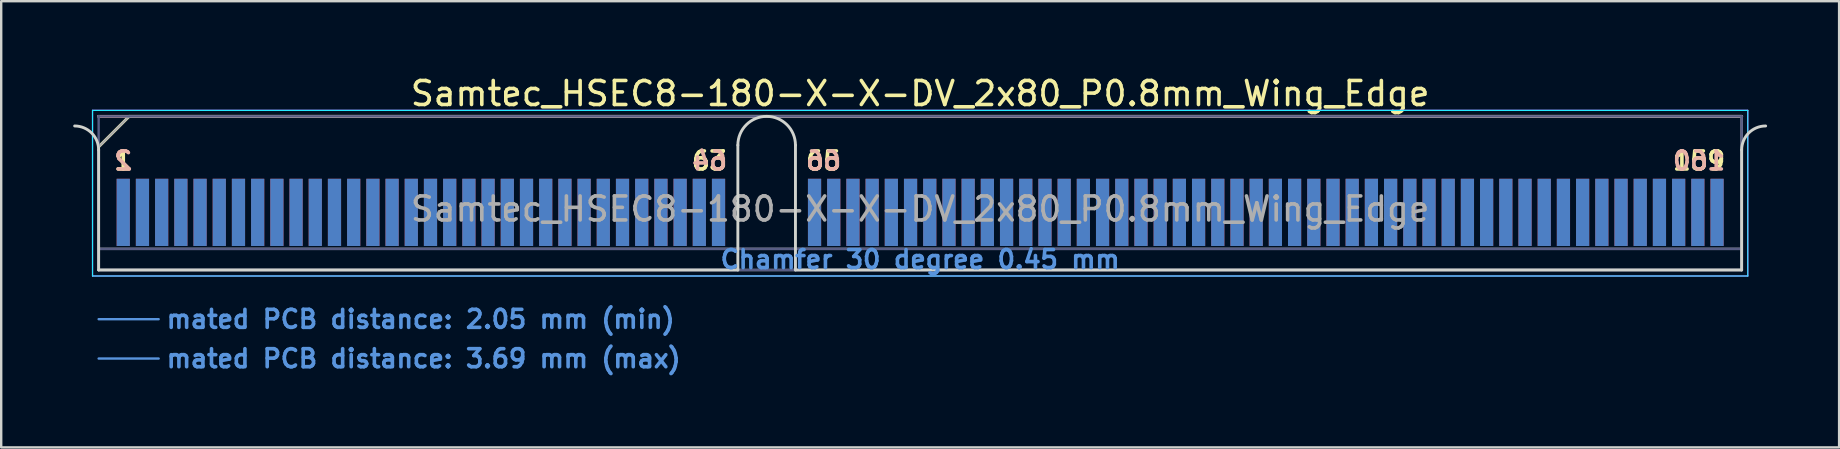
<source format=kicad_pcb>
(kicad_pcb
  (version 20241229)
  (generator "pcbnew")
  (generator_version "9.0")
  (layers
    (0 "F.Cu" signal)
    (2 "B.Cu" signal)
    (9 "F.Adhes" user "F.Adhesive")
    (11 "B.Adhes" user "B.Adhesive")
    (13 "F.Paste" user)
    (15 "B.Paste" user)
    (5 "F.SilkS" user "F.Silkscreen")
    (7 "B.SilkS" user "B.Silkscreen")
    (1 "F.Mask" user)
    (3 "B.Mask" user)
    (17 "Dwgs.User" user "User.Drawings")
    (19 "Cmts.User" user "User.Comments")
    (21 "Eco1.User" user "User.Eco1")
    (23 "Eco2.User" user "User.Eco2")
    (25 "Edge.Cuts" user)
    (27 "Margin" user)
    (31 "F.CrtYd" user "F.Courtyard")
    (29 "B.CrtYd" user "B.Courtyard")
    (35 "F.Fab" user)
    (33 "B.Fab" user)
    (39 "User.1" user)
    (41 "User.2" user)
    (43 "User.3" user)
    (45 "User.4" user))
  (footprint "Samtec_HSEC8-180-X-X-DV_2x80_P0.8mm_Wing_Edge"
    (layer "F.Cu")
    (at 35.285 8.198)
    (property "Reference" "Samtec_HSEC8-180-X-X-DV_2x80_P0.8mm_Wing_Edge" (at 0 -7.35 0) (layer "F.SilkS") (effects (font (size 1 1) (thickness 0.15))))
    (attr exclude_from_pos_files exclude_from_bom)
    (fp_line (start -34.225 -5.13) (end -32.955 -6.4) (stroke (width 0.12) (type solid)) (layer "F.SilkS"))
    (fp_line (start -32.955 -6.4) (end 34.225 -6.4) (stroke (width 0.12) (type solid)) (layer "F.SilkS"))
    (fp_line (start -34.225 -6.4) (end -34.225 -6.4) (stroke (width 0.12) (type solid)) (layer "B.SilkS"))
    (fp_line (start -34.225 -6.4) (end 34.225 -6.4) (stroke (width 0.12) (type solid)) (layer "B.SilkS"))
    (fp_line (start -34.225 2.05) (end -31.725 2.05) (stroke (width 0.1) (type solid)) (layer "Cmts.User"))
    (fp_line (start -34.225 3.69) (end -31.725 3.69) (stroke (width 0.1) (type solid)) (layer "Cmts.User"))
    (fp_line (start -34.225 -5) (end -34.225 0) (stroke (width 0.12) (type solid)) (layer "Edge.Cuts"))
    (fp_line (start -34.225 0) (end -7.595 0) (stroke (width 0.12) (type solid)) (layer "Edge.Cuts"))
    (fp_line (start -7.595 0) (end -7.595 -5.2) (stroke (width 0.12) (type solid)) (layer "Edge.Cuts"))
    (fp_line (start -5.195 -5.2) (end -5.195 0) (stroke (width 0.12) (type solid)) (layer "Edge.Cuts"))
    (fp_line (start -5.195 0) (end 34.225 0) (stroke (width 0.12) (type solid)) (layer "Edge.Cuts"))
    (fp_line (start 34.225 0) (end 34.225 -5) (stroke (width 0.12) (type solid)) (layer "Edge.Cuts"))
    (fp_arc (start -35.225 -6) (mid -34.517893 -5.707107) (end -34.225 -5) (stroke (width 0.12) (type solid)) (layer "Edge.Cuts"))
    (fp_arc (start -7.595 -5.2) (mid -6.395 -6.4) (end -5.195 -5.2) (stroke (width 0.12) (type solid)) (layer "Edge.Cuts"))
    (fp_arc (start 34.225 -5) (mid 34.517893 -5.707107) (end 35.225 -6) (stroke (width 0.12) (type solid)) (layer "Edge.Cuts"))
    (fp_line (start -34.48 -6.65) (end -34.48 0.25) (stroke (width 0.05) (type solid)) (layer "B.CrtYd"))
    (fp_line (start -34.48 0.25) (end 34.48 0.25) (stroke (width 0.05) (type solid)) (layer "B.CrtYd"))
    (fp_line (start 34.48 -6.65) (end -34.48 -6.65) (stroke (width 0.05) (type solid)) (layer "B.CrtYd"))
    (fp_line (start 34.48 0.25) (end 34.48 -6.65) (stroke (width 0.05) (type solid)) (layer "B.CrtYd"))
    (fp_line (start -34.48 -6.65) (end -34.48 0.25) (stroke (width 0.05) (type solid)) (layer "F.CrtYd"))
    (fp_line (start -34.48 0.25) (end 34.48 0.25) (stroke (width 0.05) (type solid)) (layer "F.CrtYd"))
    (fp_line (start 34.48 -6.65) (end -34.48 -6.65) (stroke (width 0.05) (type solid)) (layer "F.CrtYd"))
    (fp_line (start 34.48 0.25) (end 34.48 -6.65) (stroke (width 0.05) (type solid)) (layer "F.CrtYd"))
    (fp_line (start -34.225 -6.4) (end -34.225 -6.4) (stroke (width 0.1) (type solid)) (layer "B.Fab"))
    (fp_line (start -34.225 -6.4) (end -34.225 0) (stroke (width 0.1) (type solid)) (layer "B.Fab"))
    (fp_line (start -34.225 -6.4) (end 34.225 -6.4) (stroke (width 0.1) (type solid)) (layer "B.Fab"))
    (fp_line (start -34.225 -0.88) (end 34.225 -0.88) (stroke (width 0.1) (type solid)) (layer "B.Fab"))
    (fp_line (start -34.225 0) (end 34.225 0) (stroke (width 0.1) (type solid)) (layer "B.Fab"))
    (fp_line (start 34.225 -6.4) (end 34.225 0) (stroke (width 0.1) (type solid)) (layer "B.Fab"))
    (fp_line (start -34.225 -5.13) (end -34.225 0) (stroke (width 0.1) (type solid)) (layer "F.Fab"))
    (fp_line (start -34.225 -5.13) (end -32.955 -6.4) (stroke (width 0.1) (type solid)) (layer "F.Fab"))
    (fp_line (start -34.225 -0.88) (end 34.225 -0.88) (stroke (width 0.1) (type solid)) (layer "F.Fab"))
    (fp_line (start -34.225 0) (end 34.225 0) (stroke (width 0.1) (type solid)) (layer "F.Fab"))
    (fp_line (start -32.955 -6.4) (end 34.225 -6.4) (stroke (width 0.1) (type solid)) (layer "F.Fab"))
    (fp_line (start 34.225 -6.4) (end 34.225 0) (stroke (width 0.1) (type solid)) (layer "F.Fab"))
    (fp_text user "63" (at -8.775 -4.55 0) (layer "F.SilkS") (effects (font (size 0.75 0.75) (thickness 0.15))))
    (fp_text user "159" (at 32.45 -4.55 0) (layer "F.SilkS") (effects (font (size 0.75 0.75) (thickness 0.15))))
    (fp_text user "1" (at -33.2 -4.55 0) (layer "F.SilkS") (effects (font (size 0.75 0.75) (thickness 0.15))))
    (fp_text user "65" (at -4.025 -4.55 0) (layer "F.SilkS") (effects (font (size 0.75 0.75) (thickness 0.15))))
    (fp_text user "160" (at 32.45 -4.55 0) (layer "B.SilkS") (effects (font (size 0.75 0.75) (thickness 0.15)) (justify mirror)))
    (fp_text user "64" (at -8.775 -4.55 0) (layer "B.SilkS") (effects (font (size 0.75 0.75) (thickness 0.15)) (justify mirror)))
    (fp_text user "66" (at -4.025 -4.55 0) (layer "B.SilkS") (effects (font (size 0.75 0.75) (thickness 0.15)) (justify mirror)))
    (fp_text user "2" (at -33.2 -4.55 0) (layer "B.SilkS") (effects (font (size 0.75 0.75) (thickness 0.15)) (justify mirror)))
    (fp_text user "mated PCB distance: 3.69 mm (max)" (at -31.48 3.69 0) (layer "Cmts.User") (effects (font (size 0.75 0.75) (thickness 0.15)) (justify left)))
    (fp_text user "Chamfer 30 degree 0.45 mm" (at 0 -0.44 0) (layer "Cmts.User") (effects (font (size 0.75 0.75) (thickness 0.15))))
    (fp_text user "mated PCB distance: 2.05 mm (min)" (at -31.48 2.05 0) (layer "Cmts.User") (effects (font (size 0.75 0.75) (thickness 0.15)) (justify left)))
    (fp_text user "${REFERENCE}" (at 0 -2.54 0) (layer "F.Fab") (effects (font (size 1 1) (thickness 0.15))))
    (pad "1" connect rect (at -33.2 -2.4) (size 0.55 2.8) (layers "F.Cu" "F.Mask"))
    (pad "2" connect rect (at -33.2 -2.4) (size 0.55 2.8) (layers "B.Cu" "B.Mask"))
    (pad "3" connect rect (at -32.4 -2.4) (size 0.55 2.8) (layers "F.Cu" "F.Mask"))
    (pad "4" connect rect (at -32.4 -2.4) (size 0.55 2.8) (layers "B.Cu" "B.Mask"))
    (pad "5" connect rect (at -31.6 -2.4) (size 0.55 2.8) (layers "F.Cu" "F.Mask"))
    (pad "6" connect rect (at -31.6 -2.4) (size 0.55 2.8) (layers "B.Cu" "B.Mask"))
    (pad "7" connect rect (at -30.8 -2.4) (size 0.55 2.8) (layers "F.Cu" "F.Mask"))
    (pad "8" connect rect (at -30.8 -2.4) (size 0.55 2.8) (layers "B.Cu" "B.Mask"))
    (pad "9" connect rect (at -30 -2.4) (size 0.55 2.8) (layers "F.Cu" "F.Mask"))
    (pad "10" connect rect (at -30 -2.4) (size 0.55 2.8) (layers "B.Cu" "B.Mask"))
    (pad "11" connect rect (at -29.2 -2.4) (size 0.55 2.8) (layers "F.Cu" "F.Mask"))
    (pad "12" connect rect (at -29.2 -2.4) (size 0.55 2.8) (layers "B.Cu" "B.Mask"))
    (pad "13" connect rect (at -28.4 -2.4) (size 0.55 2.8) (layers "F.Cu" "F.Mask"))
    (pad "14" connect rect (at -28.4 -2.4) (size 0.55 2.8) (layers "B.Cu" "B.Mask"))
    (pad "15" connect rect (at -27.6 -2.4) (size 0.55 2.8) (layers "F.Cu" "F.Mask"))
    (pad "16" connect rect (at -27.6 -2.4) (size 0.55 2.8) (layers "B.Cu" "B.Mask"))
    (pad "17" connect rect (at -26.8 -2.4) (size 0.55 2.8) (layers "F.Cu" "F.Mask"))
    (pad "18" connect rect (at -26.8 -2.4) (size 0.55 2.8) (layers "B.Cu" "B.Mask"))
    (pad "19" connect rect (at -26 -2.4) (size 0.55 2.8) (layers "F.Cu" "F.Mask"))
    (pad "20" connect rect (at -26 -2.4) (size 0.55 2.8) (layers "B.Cu" "B.Mask"))
    (pad "21" connect rect (at -25.2 -2.4) (size 0.55 2.8) (layers "F.Cu" "F.Mask"))
    (pad "22" connect rect (at -25.2 -2.4) (size 0.55 2.8) (layers "B.Cu" "B.Mask"))
    (pad "23" connect rect (at -24.4 -2.4) (size 0.55 2.8) (layers "F.Cu" "F.Mask"))
    (pad "24" connect rect (at -24.4 -2.4) (size 0.55 2.8) (layers "B.Cu" "B.Mask"))
    (pad "25" connect rect (at -23.6 -2.4) (size 0.55 2.8) (layers "F.Cu" "F.Mask"))
    (pad "26" connect rect (at -23.6 -2.4) (size 0.55 2.8) (layers "B.Cu" "B.Mask"))
    (pad "27" connect rect (at -22.8 -2.4) (size 0.55 2.8) (layers "F.Cu" "F.Mask"))
    (pad "28" connect rect (at -22.8 -2.4) (size 0.55 2.8) (layers "B.Cu" "B.Mask"))
    (pad "29" connect rect (at -22 -2.4) (size 0.55 2.8) (layers "F.Cu" "F.Mask"))
    (pad "30" connect rect (at -22 -2.4) (size 0.55 2.8) (layers "B.Cu" "B.Mask"))
    (pad "31" connect rect (at -21.2 -2.4) (size 0.55 2.8) (layers "F.Cu" "F.Mask"))
    (pad "32" connect rect (at -21.2 -2.4) (size 0.55 2.8) (layers "B.Cu" "B.Mask"))
    (pad "33" connect rect (at -20.4 -2.4) (size 0.55 2.8) (layers "F.Cu" "F.Mask"))
    (pad "34" connect rect (at -20.4 -2.4) (size 0.55 2.8) (layers "B.Cu" "B.Mask"))
    (pad "35" connect rect (at -19.6 -2.4) (size 0.55 2.8) (layers "F.Cu" "F.Mask"))
    (pad "36" connect rect (at -19.6 -2.4) (size 0.55 2.8) (layers "B.Cu" "B.Mask"))
    (pad "37" connect rect (at -18.8 -2.4) (size 0.55 2.8) (layers "F.Cu" "F.Mask"))
    (pad "38" connect rect (at -18.8 -2.4) (size 0.55 2.8) (layers "B.Cu" "B.Mask"))
    (pad "39" connect rect (at -18 -2.4) (size 0.55 2.8) (layers "F.Cu" "F.Mask"))
    (pad "40" connect rect (at -18 -2.4) (size 0.55 2.8) (layers "B.Cu" "B.Mask"))
    (pad "41" connect rect (at -17.2 -2.4) (size 0.55 2.8) (layers "F.Cu" "F.Mask"))
    (pad "42" connect rect (at -17.2 -2.4) (size 0.55 2.8) (layers "B.Cu" "B.Mask"))
    (pad "43" connect rect (at -16.4 -2.4) (size 0.55 2.8) (layers "F.Cu" "F.Mask"))
    (pad "44" connect rect (at -16.4 -2.4) (size 0.55 2.8) (layers "B.Cu" "B.Mask"))
    (pad "45" connect rect (at -15.6 -2.4) (size 0.55 2.8) (layers "F.Cu" "F.Mask"))
    (pad "46" connect rect (at -15.6 -2.4) (size 0.55 2.8) (layers "B.Cu" "B.Mask"))
    (pad "47" connect rect (at -14.8 -2.4) (size 0.55 2.8) (layers "F.Cu" "F.Mask"))
    (pad "48" connect rect (at -14.8 -2.4) (size 0.55 2.8) (layers "B.Cu" "B.Mask"))
    (pad "49" connect rect (at -14 -2.4) (size 0.55 2.8) (layers "F.Cu" "F.Mask"))
    (pad "50" connect rect (at -14 -2.4) (size 0.55 2.8) (layers "B.Cu" "B.Mask"))
    (pad "51" connect rect (at -13.2 -2.4) (size 0.55 2.8) (layers "F.Cu" "F.Mask"))
    (pad "52" connect rect (at -13.2 -2.4) (size 0.55 2.8) (layers "B.Cu" "B.Mask"))
    (pad "53" connect rect (at -12.4 -2.4) (size 0.55 2.8) (layers "F.Cu" "F.Mask"))
    (pad "54" connect rect (at -12.4 -2.4) (size 0.55 2.8) (layers "B.Cu" "B.Mask"))
    (pad "55" connect rect (at -11.6 -2.4) (size 0.55 2.8) (layers "F.Cu" "F.Mask"))
    (pad "56" connect rect (at -11.6 -2.4) (size 0.55 2.8) (layers "B.Cu" "B.Mask"))
    (pad "57" connect rect (at -10.8 -2.4) (size 0.55 2.8) (layers "F.Cu" "F.Mask"))
    (pad "58" connect rect (at -10.8 -2.4) (size 0.55 2.8) (layers "B.Cu" "B.Mask"))
    (pad "59" connect rect (at -10 -2.4) (size 0.55 2.8) (layers "F.Cu" "F.Mask"))
    (pad "60" connect rect (at -10 -2.4) (size 0.55 2.8) (layers "B.Cu" "B.Mask"))
    (pad "61" connect rect (at -9.2 -2.4) (size 0.55 2.8) (layers "F.Cu" "F.Mask"))
    (pad "62" connect rect (at -9.2 -2.4) (size 0.55 2.8) (layers "B.Cu" "B.Mask"))
    (pad "63" connect rect (at -8.4 -2.4) (size 0.55 2.8) (layers "F.Cu" "F.Mask"))
    (pad "64" connect rect (at -8.4 -2.4) (size 0.55 2.8) (layers "B.Cu" "B.Mask"))
    (pad "65" connect rect (at -4.4 -2.4) (size 0.55 2.8) (layers "F.Cu" "F.Mask"))
    (pad "66" connect rect (at -4.4 -2.4) (size 0.55 2.8) (layers "B.Cu" "B.Mask"))
    (pad "67" connect rect (at -3.6 -2.4) (size 0.55 2.8) (layers "F.Cu" "F.Mask"))
    (pad "68" connect rect (at -3.6 -2.4) (size 0.55 2.8) (layers "B.Cu" "B.Mask"))
    (pad "69" connect rect (at -2.8 -2.4) (size 0.55 2.8) (layers "F.Cu" "F.Mask"))
    (pad "70" connect rect (at -2.8 -2.4) (size 0.55 2.8) (layers "B.Cu" "B.Mask"))
    (pad "71" connect rect (at -2 -2.4) (size 0.55 2.8) (layers "F.Cu" "F.Mask"))
    (pad "72" connect rect (at -2 -2.4) (size 0.55 2.8) (layers "B.Cu" "B.Mask"))
    (pad "73" connect rect (at -1.2 -2.4) (size 0.55 2.8) (layers "F.Cu" "F.Mask"))
    (pad "74" connect rect (at -1.2 -2.4) (size 0.55 2.8) (layers "B.Cu" "B.Mask"))
    (pad "75" connect rect (at -0.4 -2.4) (size 0.55 2.8) (layers "F.Cu" "F.Mask"))
    (pad "76" connect rect (at -0.4 -2.4) (size 0.55 2.8) (layers "B.Cu" "B.Mask"))
    (pad "77" connect rect (at 0.4 -2.4) (size 0.55 2.8) (layers "F.Cu" "F.Mask"))
    (pad "78" connect rect (at 0.4 -2.4) (size 0.55 2.8) (layers "B.Cu" "B.Mask"))
    (pad "79" connect rect (at 1.2 -2.4) (size 0.55 2.8) (layers "F.Cu" "F.Mask"))
    (pad "80" connect rect (at 1.2 -2.4) (size 0.55 2.8) (layers "B.Cu" "B.Mask"))
    (pad "81" connect rect (at 2 -2.4) (size 0.55 2.8) (layers "F.Cu" "F.Mask"))
    (pad "82" connect rect (at 2 -2.4) (size 0.55 2.8) (layers "B.Cu" "B.Mask"))
    (pad "83" connect rect (at 2.8 -2.4) (size 0.55 2.8) (layers "F.Cu" "F.Mask"))
    (pad "84" connect rect (at 2.8 -2.4) (size 0.55 2.8) (layers "B.Cu" "B.Mask"))
    (pad "85" connect rect (at 3.6 -2.4) (size 0.55 2.8) (layers "F.Cu" "F.Mask"))
    (pad "86" connect rect (at 3.6 -2.4) (size 0.55 2.8) (layers "B.Cu" "B.Mask"))
    (pad "87" connect rect (at 4.4 -2.4) (size 0.55 2.8) (layers "F.Cu" "F.Mask"))
    (pad "88" connect rect (at 4.4 -2.4) (size 0.55 2.8) (layers "B.Cu" "B.Mask"))
    (pad "89" connect rect (at 5.2 -2.4) (size 0.55 2.8) (layers "F.Cu" "F.Mask"))
    (pad "90" connect rect (at 5.2 -2.4) (size 0.55 2.8) (layers "B.Cu" "B.Mask"))
    (pad "91" connect rect (at 6 -2.4) (size 0.55 2.8) (layers "F.Cu" "F.Mask"))
    (pad "92" connect rect (at 6 -2.4) (size 0.55 2.8) (layers "B.Cu" "B.Mask"))
    (pad "93" connect rect (at 6.8 -2.4) (size 0.55 2.8) (layers "F.Cu" "F.Mask"))
    (pad "94" connect rect (at 6.8 -2.4) (size 0.55 2.8) (layers "B.Cu" "B.Mask"))
    (pad "95" connect rect (at 7.6 -2.4) (size 0.55 2.8) (layers "F.Cu" "F.Mask"))
    (pad "96" connect rect (at 7.6 -2.4) (size 0.55 2.8) (layers "B.Cu" "B.Mask"))
    (pad "97" connect rect (at 8.4 -2.4) (size 0.55 2.8) (layers "F.Cu" "F.Mask"))
    (pad "98" connect rect (at 8.4 -2.4) (size 0.55 2.8) (layers "B.Cu" "B.Mask"))
    (pad "99" connect rect (at 9.2 -2.4) (size 0.55 2.8) (layers "F.Cu" "F.Mask"))
    (pad "100" connect rect (at 9.2 -2.4) (size 0.55 2.8) (layers "B.Cu" "B.Mask"))
    (pad "101" connect rect (at 10 -2.4) (size 0.55 2.8) (layers "F.Cu" "F.Mask"))
    (pad "102" connect rect (at 10 -2.4) (size 0.55 2.8) (layers "B.Cu" "B.Mask"))
    (pad "103" connect rect (at 10.8 -2.4) (size 0.55 2.8) (layers "F.Cu" "F.Mask"))
    (pad "104" connect rect (at 10.8 -2.4) (size 0.55 2.8) (layers "B.Cu" "B.Mask"))
    (pad "105" connect rect (at 11.6 -2.4) (size 0.55 2.8) (layers "F.Cu" "F.Mask"))
    (pad "106" connect rect (at 11.6 -2.4) (size 0.55 2.8) (layers "B.Cu" "B.Mask"))
    (pad "107" connect rect (at 12.4 -2.4) (size 0.55 2.8) (layers "F.Cu" "F.Mask"))
    (pad "108" connect rect (at 12.4 -2.4) (size 0.55 2.8) (layers "B.Cu" "B.Mask"))
    (pad "109" connect rect (at 13.2 -2.4) (size 0.55 2.8) (layers "F.Cu" "F.Mask"))
    (pad "110" connect rect (at 13.2 -2.4) (size 0.55 2.8) (layers "B.Cu" "B.Mask"))
    (pad "111" connect rect (at 14 -2.4) (size 0.55 2.8) (layers "F.Cu" "F.Mask"))
    (pad "112" connect rect (at 14 -2.4) (size 0.55 2.8) (layers "B.Cu" "B.Mask"))
    (pad "113" connect rect (at 14.8 -2.4) (size 0.55 2.8) (layers "F.Cu" "F.Mask"))
    (pad "114" connect rect (at 14.8 -2.4) (size 0.55 2.8) (layers "B.Cu" "B.Mask"))
    (pad "115" connect rect (at 15.6 -2.4) (size 0.55 2.8) (layers "F.Cu" "F.Mask"))
    (pad "116" connect rect (at 15.6 -2.4) (size 0.55 2.8) (layers "B.Cu" "B.Mask"))
    (pad "117" connect rect (at 16.4 -2.4) (size 0.55 2.8) (layers "F.Cu" "F.Mask"))
    (pad "118" connect rect (at 16.4 -2.4) (size 0.55 2.8) (layers "B.Cu" "B.Mask"))
    (pad "119" connect rect (at 17.2 -2.4) (size 0.55 2.8) (layers "F.Cu" "F.Mask"))
    (pad "120" connect rect (at 17.2 -2.4) (size 0.55 2.8) (layers "B.Cu" "B.Mask"))
    (pad "121" connect rect (at 18 -2.4) (size 0.55 2.8) (layers "F.Cu" "F.Mask"))
    (pad "122" connect rect (at 18 -2.4) (size 0.55 2.8) (layers "B.Cu" "B.Mask"))
    (pad "123" connect rect (at 18.8 -2.4) (size 0.55 2.8) (layers "F.Cu" "F.Mask"))
    (pad "124" connect rect (at 18.8 -2.4) (size 0.55 2.8) (layers "B.Cu" "B.Mask"))
    (pad "125" connect rect (at 19.6 -2.4) (size 0.55 2.8) (layers "F.Cu" "F.Mask"))
    (pad "126" connect rect (at 19.6 -2.4) (size 0.55 2.8) (layers "B.Cu" "B.Mask"))
    (pad "127" connect rect (at 20.4 -2.4) (size 0.55 2.8) (layers "F.Cu" "F.Mask"))
    (pad "128" connect rect (at 20.4 -2.4) (size 0.55 2.8) (layers "B.Cu" "B.Mask"))
    (pad "129" connect rect (at 21.2 -2.4) (size 0.55 2.8) (layers "F.Cu" "F.Mask"))
    (pad "130" connect rect (at 21.2 -2.4) (size 0.55 2.8) (layers "B.Cu" "B.Mask"))
    (pad "131" connect rect (at 22 -2.4) (size 0.55 2.8) (layers "F.Cu" "F.Mask"))
    (pad "132" connect rect (at 22 -2.4) (size 0.55 2.8) (layers "B.Cu" "B.Mask"))
    (pad "133" connect rect (at 22.8 -2.4) (size 0.55 2.8) (layers "F.Cu" "F.Mask"))
    (pad "134" connect rect (at 22.8 -2.4) (size 0.55 2.8) (layers "B.Cu" "B.Mask"))
    (pad "135" connect rect (at 23.6 -2.4) (size 0.55 2.8) (layers "F.Cu" "F.Mask"))
    (pad "136" connect rect (at 23.6 -2.4) (size 0.55 2.8) (layers "B.Cu" "B.Mask"))
    (pad "137" connect rect (at 24.4 -2.4) (size 0.55 2.8) (layers "F.Cu" "F.Mask"))
    (pad "138" connect rect (at 24.4 -2.4) (size 0.55 2.8) (layers "B.Cu" "B.Mask"))
    (pad "139" connect rect (at 25.2 -2.4) (size 0.55 2.8) (layers "F.Cu" "F.Mask"))
    (pad "140" connect rect (at 25.2 -2.4) (size 0.55 2.8) (layers "B.Cu" "B.Mask"))
    (pad "141" connect rect (at 26 -2.4) (size 0.55 2.8) (layers "F.Cu" "F.Mask"))
    (pad "142" connect rect (at 26 -2.4) (size 0.55 2.8) (layers "B.Cu" "B.Mask"))
    (pad "143" connect rect (at 26.8 -2.4) (size 0.55 2.8) (layers "F.Cu" "F.Mask"))
    (pad "144" connect rect (at 26.8 -2.4) (size 0.55 2.8) (layers "B.Cu" "B.Mask"))
    (pad "145" connect rect (at 27.6 -2.4) (size 0.55 2.8) (layers "F.Cu" "F.Mask"))
    (pad "146" connect rect (at 27.6 -2.4) (size 0.55 2.8) (layers "B.Cu" "B.Mask"))
    (pad "147" connect rect (at 28.4 -2.4) (size 0.55 2.8) (layers "F.Cu" "F.Mask"))
    (pad "148" connect rect (at 28.4 -2.4) (size 0.55 2.8) (layers "B.Cu" "B.Mask"))
    (pad "149" connect rect (at 29.2 -2.4) (size 0.55 2.8) (layers "F.Cu" "F.Mask"))
    (pad "150" connect rect (at 29.2 -2.4) (size 0.55 2.8) (layers "B.Cu" "B.Mask"))
    (pad "151" connect rect (at 30 -2.4) (size 0.55 2.8) (layers "F.Cu" "F.Mask"))
    (pad "152" connect rect (at 30 -2.4) (size 0.55 2.8) (layers "B.Cu" "B.Mask"))
    (pad "153" connect rect (at 30.8 -2.4) (size 0.55 2.8) (layers "F.Cu" "F.Mask"))
    (pad "154" connect rect (at 30.8 -2.4) (size 0.55 2.8) (layers "B.Cu" "B.Mask"))
    (pad "155" connect rect (at 31.6 -2.4) (size 0.55 2.8) (layers "F.Cu" "F.Mask"))
    (pad "156" connect rect (at 31.6 -2.4) (size 0.55 2.8) (layers "B.Cu" "B.Mask"))
    (pad "157" connect rect (at 32.4 -2.4) (size 0.55 2.8) (layers "F.Cu" "F.Mask"))
    (pad "158" connect rect (at 32.4 -2.4) (size 0.55 2.8) (layers "B.Cu" "B.Mask"))
    (pad "159" connect rect (at 33.2 -2.4) (size 0.55 2.8) (layers "F.Cu" "F.Mask"))
    (pad "160" connect rect (at 33.2 -2.4) (size 0.55 2.8) (layers "B.Cu" "B.Mask")))
  (gr_rect
    (start -3 -3)
    (end 73.57 15.59)
    (stroke (width 0.1) (type default))
    (fill no)
    (layer "Edge.Cuts")))
</source>
